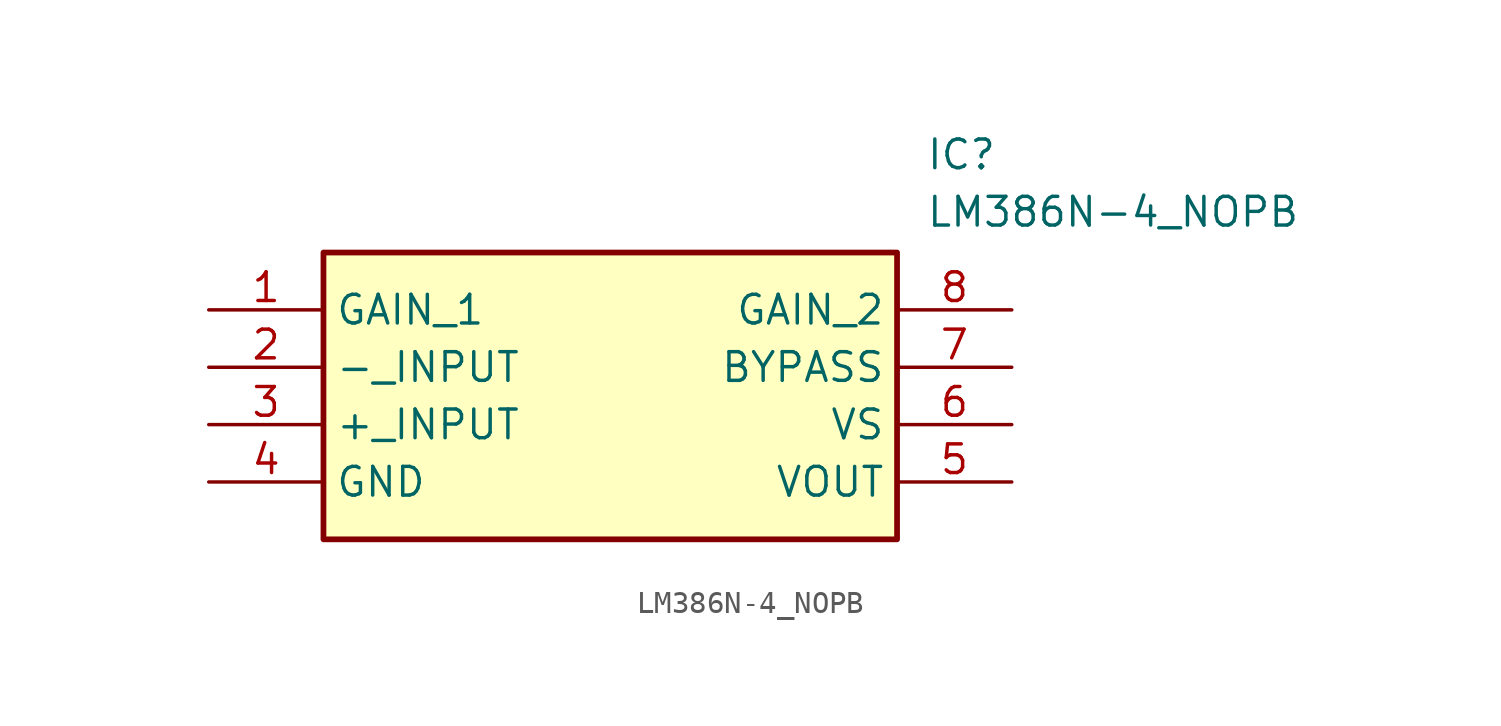
<source format=kicad_sym>
(kicad_symbol_lib
  (version 20211014)
  (generator SamacSys_ECAD_Model)
  (symbol "LM386N-4_NOPB"
    (property "Reference" "IC"
      (at 31.75 7.62 0)
      (effects (font (size 1.27 1.27)) (justify left top)))
    (property "Value" "LM386N-4_NOPB"
      (at 31.75 5.08 0)
      (effects (font (size 1.27 1.27)) (justify left top)))
    (rectangle
      (start 5.08 2.54)
      (end 30.48 -10.16)
      (stroke (width 0.254) (type default))
      (fill (type background)))
    (pin passive line
      (at 0 0 0)
      (length 5.08)
      (name "GAIN_1" (effects (font (size 1.27 1.27))))
      (number "1" (effects (font (size 1.27 1.27)))))
    (pin passive line
      (at 0 -2.54 0)
      (length 5.08)
      (name "-_INPUT" (effects (font (size 1.27 1.27))))
      (number "2" (effects (font (size 1.27 1.27)))))
    (pin passive line
      (at 0 -5.08 0)
      (length 5.08)
      (name "+_INPUT" (effects (font (size 1.27 1.27))))
      (number "3" (effects (font (size 1.27 1.27)))))
    (pin passive line
      (at 0 -7.62 0)
      (length 5.08)
      (name "GND" (effects (font (size 1.27 1.27))))
      (number "4" (effects (font (size 1.27 1.27)))))
    (pin passive line
      (at 35.56 0 180)
      (length 5.08)
      (name "GAIN_2" (effects (font (size 1.27 1.27))))
      (number "8" (effects (font (size 1.27 1.27)))))
    (pin passive line
      (at 35.56 -2.54 180)
      (length 5.08)
      (name "BYPASS" (effects (font (size 1.27 1.27))))
      (number "7" (effects (font (size 1.27 1.27)))))
    (pin passive line
      (at 35.56 -5.08 180)
      (length 5.08)
      (name "VS" (effects (font (size 1.27 1.27))))
      (number "6" (effects (font (size 1.27 1.27)))))
    (pin passive line
      (at 35.56 -7.62 180)
      (length 5.08)
      (name "VOUT" (effects (font (size 1.27 1.27))))
      (number "5" (effects (font (size 1.27 1.27)))))))
</source>
